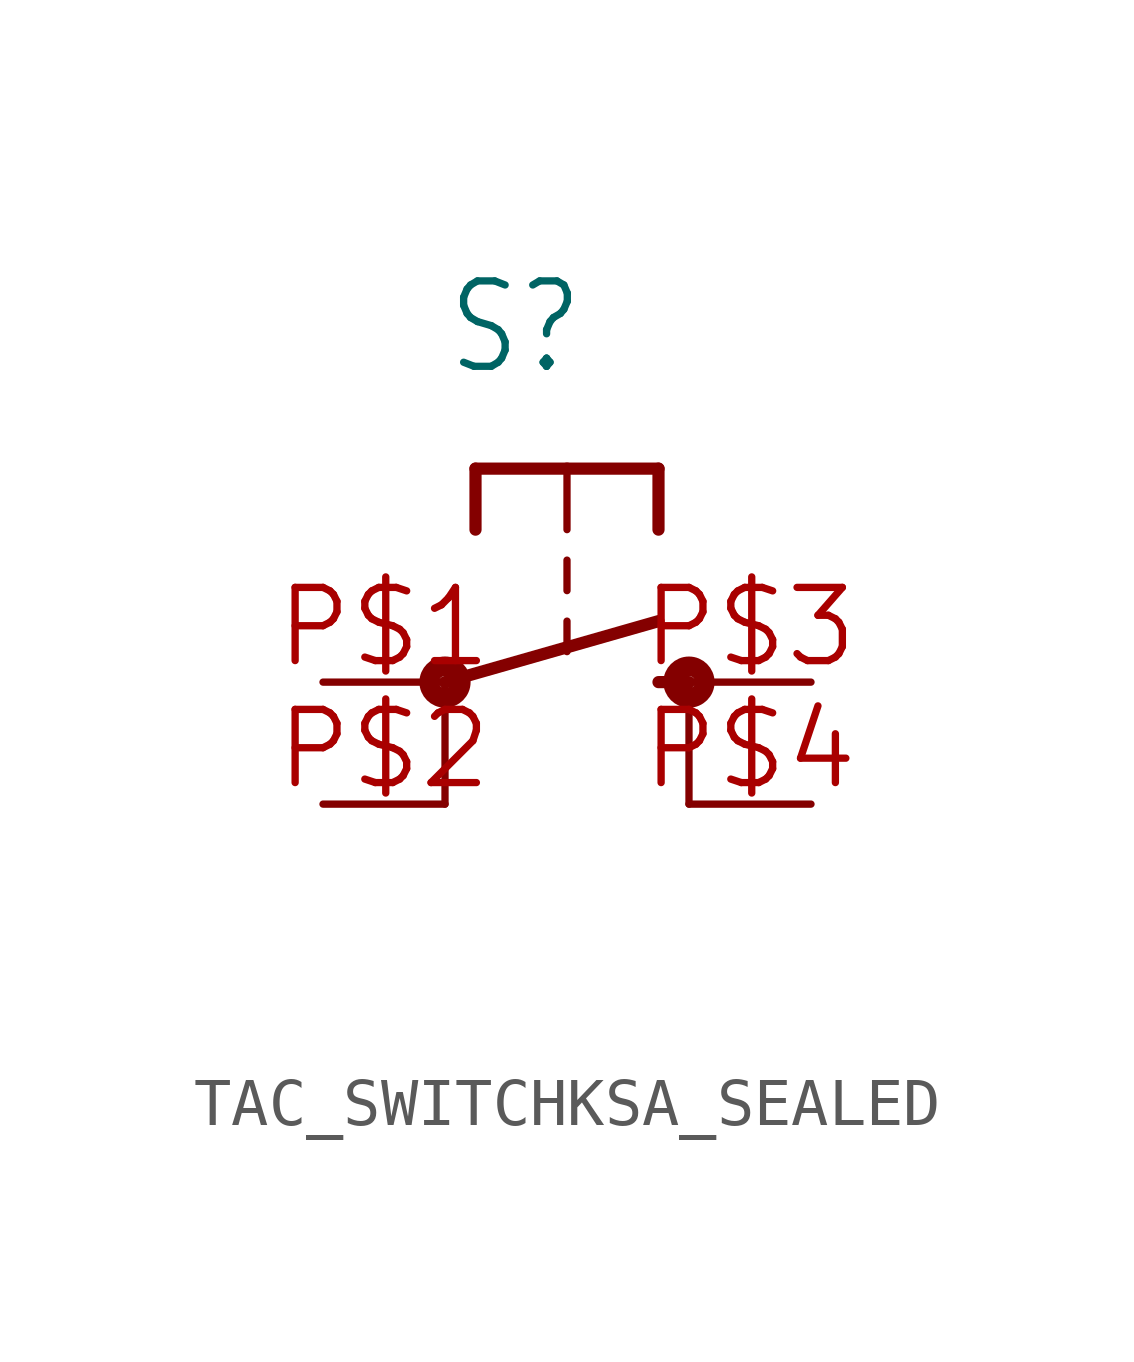
<source format=kicad_sym>
(kicad_symbol_lib
  (version 20241209)
  (generator "kicad_symbol_editor")
  (generator_version "9.0")
  (symbol "TAC_SWITCHKSA_SEALED"
    (property "Reference" "S"
      (at -2.54 6.35 0)
      (effects (font (size 1.778 1.511)) (justify left bottom)))
    (property "Value" ""
      (at -2.54 -6.35 0)
      (effects (font (size 1.778 1.511)) (justify left bottom)))
    (property "ki_locked" ""
      (at 0 0 0)
      (effects (font (size 1.27 1.27))))
    (symbol "TAC_SWITCHKSA_SEALED_1_0"
      (circle (center -2.54 0) (radius 0.127) (stroke (width 0.406) (type solid)) (fill (type none)))
      (polyline (pts (xy -2.54 0) (xy 1.905 1.27)) (stroke (width 0.254) (type solid)) (fill (type none)))
      (polyline (pts (xy -2.54 -2.54) (xy -2.54 0)) (stroke (width 0.152) (type solid)) (fill (type none)))
      (polyline (pts (xy -1.905 4.445) (xy -1.905 3.175)) (stroke (width 0.254) (type solid)) (fill (type none)))
      (polyline (pts (xy 0 4.445) (xy -1.905 4.445)) (stroke (width 0.254) (type solid)) (fill (type none)))
      (polyline (pts (xy 0 4.445) (xy 0 3.175)) (stroke (width 0.152) (type solid)) (fill (type none)))
      (polyline (pts (xy 0 2.54) (xy 0 1.905)) (stroke (width 0.152) (type solid)) (fill (type none)))
      (polyline (pts (xy 0 1.27) (xy 0 0.635)) (stroke (width 0.152) (type solid)) (fill (type none)))
      (polyline (pts (xy 1.905 4.445) (xy 0 4.445)) (stroke (width 0.254) (type solid)) (fill (type none)))
      (polyline (pts (xy 1.905 4.445) (xy 1.905 3.175)) (stroke (width 0.254) (type solid)) (fill (type none)))
      (polyline (pts (xy 1.905 0) (xy 2.54 0)) (stroke (width 0.254) (type solid)) (fill (type none)))
      (circle (center 2.54 0) (radius 0.127) (stroke (width 0.406) (type solid)) (fill (type none)))
      (polyline (pts (xy 2.54 -2.54) (xy 2.54 0)) (stroke (width 0.152) (type solid)) (fill (type none)))
      (pin passive line (at -5.08 0 0) (length 2.54) (name "1" (effects (font (size 0 0)))) (number "P$1" (effects (font (size 1.524 1.524)))))
      (pin passive line (at -5.08 -2.54 0) (length 2.54) (name "2" (effects (font (size 0 0)))) (number "P$2" (effects (font (size 1.524 1.524)))))
      (pin passive line (at 5.08 0 180) (length 2.54) (name "3" (effects (font (size 0 0)))) (number "P$3" (effects (font (size 1.524 1.524)))))
      (pin passive line (at 5.08 -2.54 180) (length 2.54) (name "4" (effects (font (size 0 0)))) (number "P$4" (effects (font (size 1.524 1.524))))))))
</source>
